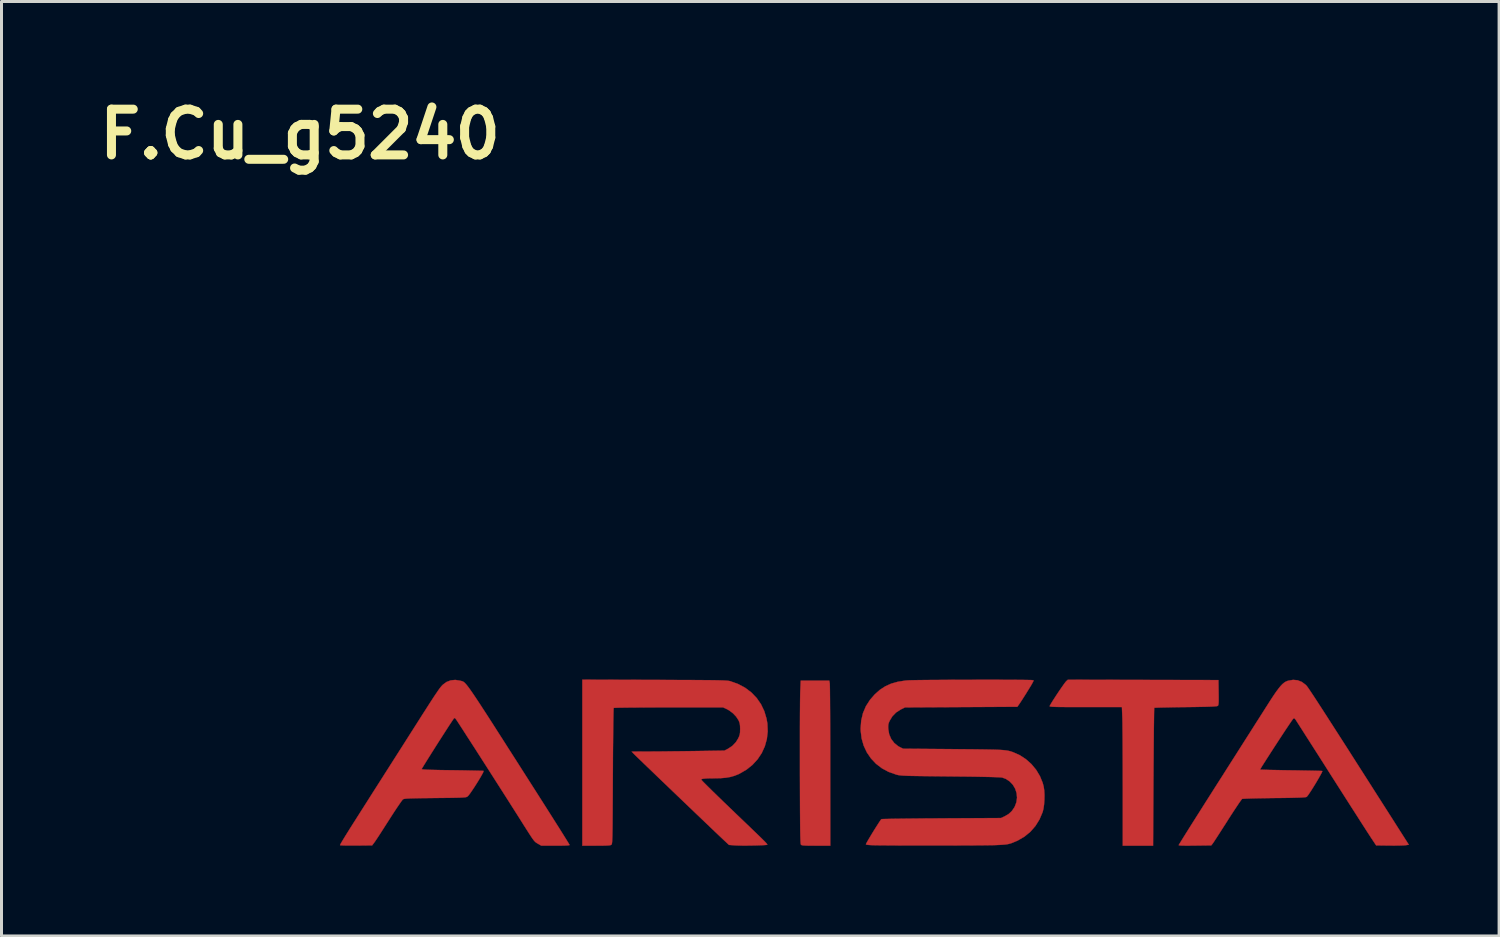
<source format=kicad_pcb>
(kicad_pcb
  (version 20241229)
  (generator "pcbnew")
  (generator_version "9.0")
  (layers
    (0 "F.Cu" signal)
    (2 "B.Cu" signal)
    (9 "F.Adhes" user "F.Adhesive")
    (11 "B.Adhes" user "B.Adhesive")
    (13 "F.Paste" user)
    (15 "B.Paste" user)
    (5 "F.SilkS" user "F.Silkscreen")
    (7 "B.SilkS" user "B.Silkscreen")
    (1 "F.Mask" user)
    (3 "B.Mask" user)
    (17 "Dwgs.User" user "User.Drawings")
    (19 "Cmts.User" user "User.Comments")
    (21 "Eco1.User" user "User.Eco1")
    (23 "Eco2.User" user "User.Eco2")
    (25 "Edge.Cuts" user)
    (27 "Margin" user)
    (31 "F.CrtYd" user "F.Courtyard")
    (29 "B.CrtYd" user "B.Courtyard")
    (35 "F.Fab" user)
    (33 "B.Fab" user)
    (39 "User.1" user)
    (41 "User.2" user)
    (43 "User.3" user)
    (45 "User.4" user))
  (footprint "F.Cu_g5240"
    (layer "F.Cu")
    (at 6.938 1.418)
    (property "Reference" "F.Cu_g5240" (at 0 0 0) (layer "F.SilkS") (effects (font (size 1.524 1.524) (thickness 0.3))))
    (attr through_hole)
    (fp_poly (pts (xy 17.636 18.288) (xy 17.637 18.321) (xy 17.639 18.393) (xy 17.641 18.503) (xy 17.642 18.647) (xy 17.644 18.823) (xy 17.645 19.027) (xy 17.647 19.258) (xy 17.648 19.513) (xy 17.649 19.789) (xy 17.65 20.084) (xy 17.651 20.394) (xy 17.651 20.717) (xy 17.651 21.034) (xy 17.653 23.686) (xy 17.179 23.686) (xy 17.024 23.685) (xy 16.905 23.684) (xy 16.817 23.681) (xy 16.756 23.677) (xy 16.716 23.671) (xy 16.692 23.663) (xy 16.677 23.651) (xy 16.677 23.651) (xy 16.672 23.639) (xy 16.668 23.616) (xy 16.664 23.577) (xy 16.661 23.523) (xy 16.658 23.449) (xy 16.655 23.355) (xy 16.653 23.237) (xy 16.651 23.094) (xy 16.649 22.923) (xy 16.648 22.723) (xy 16.646 22.49) (xy 16.645 22.224) (xy 16.644 21.922) (xy 16.643 21.581) (xy 16.642 21.275) (xy 16.642 20.955) (xy 16.642 20.641) (xy 16.642 20.337) (xy 16.642 20.045) (xy 16.642 19.769) (xy 16.643 19.513) (xy 16.644 19.279) (xy 16.646 19.071) (xy 16.647 18.892) (xy 16.649 18.746) (xy 16.651 18.635) (xy 16.653 18.563) (xy 16.653 18.563) (xy 16.669 18.193) (xy 17.621 18.193) (xy 17.636 18.288)) (stroke (width 0.01) (type solid)) (fill yes) (layer "F.Cu"))
    (fp_poly (pts (xy 30.575 18.172) (xy 30.581 18.587) (xy 30.583 18.732) (xy 30.583 18.84) (xy 30.581 18.918) (xy 30.576 18.97) (xy 30.57 19.003) (xy 30.56 19.023) (xy 30.552 19.03) (xy 30.536 19.037) (xy 30.503 19.043) (xy 30.45 19.048) (xy 30.375 19.053) (xy 30.273 19.057) (xy 30.142 19.061) (xy 29.978 19.064) (xy 29.78 19.068) (xy 29.542 19.071) (xy 29.483 19.072) (xy 29.278 19.074) (xy 29.086 19.077) (xy 28.911 19.081) (xy 28.757 19.084) (xy 28.629 19.087) (xy 28.53 19.09) (xy 28.465 19.093) (xy 28.438 19.096) (xy 28.437 19.096) (xy 28.436 19.118) (xy 28.434 19.18) (xy 28.432 19.279) (xy 28.43 19.411) (xy 28.428 19.576) (xy 28.425 19.768) (xy 28.423 19.987) (xy 28.421 20.229) (xy 28.419 20.491) (xy 28.417 20.771) (xy 28.414 21.066) (xy 28.413 21.373) (xy 28.412 21.396) (xy 28.399 23.686) (xy 27.39 23.686) (xy 27.39 21.743) (xy 27.389 21.451) (xy 27.389 21.163) (xy 27.388 20.885) (xy 27.387 20.619) (xy 27.386 20.37) (xy 27.385 20.141) (xy 27.383 19.936) (xy 27.381 19.759) (xy 27.38 19.613) (xy 27.378 19.502) (xy 27.376 19.436) (xy 27.362 19.071) (xy 26.159 19.071) (xy 25.897 19.071) (xy 25.676 19.071) (xy 25.49 19.07) (xy 25.338 19.068) (xy 25.216 19.067) (xy 25.122 19.064) (xy 25.052 19.061) (xy 25.003 19.057) (xy 24.973 19.052) (xy 24.958 19.047) (xy 24.956 19.042) (xy 24.967 19.015) (xy 24.999 18.96) (xy 25.046 18.882) (xy 25.106 18.789) (xy 25.173 18.685) (xy 25.244 18.578) (xy 25.315 18.474) (xy 25.381 18.379) (xy 25.438 18.298) (xy 25.483 18.239) (xy 25.509 18.209) (xy 25.562 18.161) (xy 30.575 18.172)) (stroke (width 0.01) (type solid)) (fill yes) (layer "F.Cu"))
    (fp_poly (pts (xy 11.795 18.166) (xy 12.166 18.167) (xy 12.498 18.169) (xy 12.791 18.17) (xy 13.05 18.171) (xy 13.276 18.172) (xy 13.472 18.174) (xy 13.64 18.175) (xy 13.783 18.177) (xy 13.903 18.179) (xy 14.002 18.182) (xy 14.083 18.184) (xy 14.149 18.188) (xy 14.201 18.191) (xy 14.242 18.195) (xy 14.276 18.2) (xy 14.303 18.205) (xy 14.326 18.211) (xy 14.33 18.212) (xy 14.588 18.305) (xy 14.821 18.43) (xy 15.026 18.585) (xy 15.201 18.767) (xy 15.345 18.975) (xy 15.456 19.206) (xy 15.531 19.458) (xy 15.559 19.622) (xy 15.57 19.883) (xy 15.541 20.136) (xy 15.474 20.376) (xy 15.371 20.602) (xy 15.233 20.809) (xy 15.062 20.995) (xy 14.861 21.156) (xy 14.63 21.289) (xy 14.602 21.303) (xy 14.467 21.357) (xy 14.329 21.397) (xy 14.178 21.423) (xy 14.005 21.438) (xy 13.804 21.442) (xy 13.639 21.443) (xy 13.514 21.448) (xy 13.427 21.456) (xy 13.375 21.467) (xy 13.356 21.482) (xy 13.356 21.484) (xy 13.372 21.505) (xy 13.417 21.554) (xy 13.493 21.631) (xy 13.598 21.735) (xy 13.731 21.867) (xy 13.893 22.024) (xy 14.082 22.208) (xy 14.299 22.416) (xy 14.542 22.65) (xy 14.711 22.812) (xy 14.896 22.989) (xy 15.052 23.139) (xy 15.182 23.264) (xy 15.289 23.367) (xy 15.373 23.449) (xy 15.439 23.514) (xy 15.487 23.563) (xy 15.521 23.599) (xy 15.542 23.624) (xy 15.553 23.64) (xy 15.556 23.65) (xy 15.554 23.654) (xy 15.528 23.66) (xy 15.466 23.665) (xy 15.377 23.67) (xy 15.266 23.674) (xy 15.14 23.678) (xy 15.007 23.68) (xy 14.874 23.682) (xy 14.747 23.682) (xy 14.633 23.681) (xy 14.54 23.678) (xy 14.491 23.676) (xy 14.281 23.66) (xy 14.131 23.52) (xy 14.083 23.475) (xy 14.009 23.405) (xy 13.912 23.313) (xy 13.794 23.201) (xy 13.658 23.071) (xy 13.506 22.926) (xy 13.342 22.769) (xy 13.167 22.602) (xy 12.985 22.428) (xy 12.798 22.249) (xy 12.609 22.068) (xy 12.42 21.887) (xy 12.235 21.709) (xy 12.054 21.536) (xy 11.882 21.371) (xy 11.722 21.216) (xy 11.574 21.075) (xy 11.443 20.949) (xy 11.331 20.84) (xy 11.24 20.753) (xy 11.173 20.688) (xy 11.133 20.649) (xy 11.124 20.64) (xy 11.04 20.553) (xy 11.611 20.551) (xy 11.759 20.55) (xy 11.941 20.549) (xy 12.149 20.547) (xy 12.375 20.544) (xy 12.61 20.542) (xy 12.847 20.539) (xy 13.078 20.536) (xy 13.155 20.535) (xy 14.129 20.52) (xy 14.232 20.468) (xy 14.388 20.367) (xy 14.51 20.24) (xy 14.585 20.119) (xy 14.619 20.046) (xy 14.639 19.983) (xy 14.649 19.916) (xy 14.651 19.826) (xy 14.652 19.802) (xy 14.649 19.703) (xy 14.641 19.63) (xy 14.623 19.567) (xy 14.596 19.507) (xy 14.52 19.39) (xy 14.414 19.278) (xy 14.29 19.184) (xy 14.207 19.138) (xy 14.086 19.082) (xy 12.273 19.082) (xy 12 19.082) (xy 11.738 19.083) (xy 11.492 19.083) (xy 11.264 19.085) (xy 11.058 19.086) (xy 10.876 19.088) (xy 10.722 19.09) (xy 10.598 19.092) (xy 10.508 19.095) (xy 10.456 19.097) (xy 10.442 19.099) (xy 10.44 19.123) (xy 10.437 19.185) (xy 10.435 19.285) (xy 10.432 19.418) (xy 10.429 19.583) (xy 10.427 19.776) (xy 10.424 19.995) (xy 10.422 20.237) (xy 10.419 20.499) (xy 10.417 20.778) (xy 10.416 21.072) (xy 10.414 21.371) (xy 10.412 21.729) (xy 10.411 22.047) (xy 10.409 22.327) (xy 10.408 22.572) (xy 10.406 22.785) (xy 10.405 22.967) (xy 10.403 23.121) (xy 10.401 23.249) (xy 10.399 23.355) (xy 10.396 23.44) (xy 10.393 23.506) (xy 10.39 23.556) (xy 10.386 23.593) (xy 10.382 23.619) (xy 10.377 23.636) (xy 10.372 23.646) (xy 10.365 23.653) (xy 10.362 23.655) (xy 10.34 23.666) (xy 10.3 23.674) (xy 10.238 23.679) (xy 10.15 23.683) (xy 10.03 23.685) (xy 9.873 23.685) (xy 9.86 23.686) (xy 9.398 23.686) (xy 9.398 18.159) (xy 11.795 18.166)) (stroke (width 0.01) (type solid)) (fill yes) (layer "F.Cu"))
    (fp_poly (pts (xy 33.211 18.179) (xy 33.351 18.234) (xy 33.479 18.33) (xy 33.505 18.356) (xy 33.52 18.375) (xy 33.545 18.408) (xy 33.58 18.459) (xy 33.626 18.526) (xy 33.683 18.612) (xy 33.753 18.717) (xy 33.835 18.843) (xy 33.931 18.991) (xy 34.041 19.161) (xy 34.167 19.355) (xy 34.307 19.574) (xy 34.464 19.818) (xy 34.638 20.089) (xy 34.83 20.388) (xy 35.039 20.716) (xy 35.268 21.075) (xy 35.517 21.464) (xy 35.785 21.885) (xy 36.075 22.339) (xy 36.387 22.828) (xy 36.535 23.061) (xy 36.913 23.654) (xy 36.804 23.67) (xy 36.749 23.675) (xy 36.66 23.678) (xy 36.546 23.681) (xy 36.416 23.682) (xy 36.276 23.681) (xy 36.26 23.681) (xy 35.825 23.675) (xy 35.649 23.41) (xy 35.613 23.355) (xy 35.556 23.267) (xy 35.479 23.148) (xy 35.386 23.003) (xy 35.277 22.833) (xy 35.155 22.642) (xy 35.021 22.433) (xy 34.877 22.208) (xy 34.725 21.97) (xy 34.567 21.722) (xy 34.405 21.468) (xy 34.328 21.347) (xy 34.168 21.095) (xy 34.014 20.853) (xy 33.867 20.622) (xy 33.729 20.406) (xy 33.601 20.206) (xy 33.486 20.026) (xy 33.385 19.867) (xy 33.299 19.733) (xy 33.23 19.625) (xy 33.18 19.547) (xy 33.15 19.5) (xy 33.142 19.488) (xy 33.11 19.45) (xy 33.086 19.444) (xy 33.067 19.457) (xy 33.048 19.48) (xy 33.009 19.534) (xy 32.954 19.615) (xy 32.884 19.719) (xy 32.803 19.84) (xy 32.714 19.975) (xy 32.619 20.12) (xy 32.521 20.27) (xy 32.423 20.421) (xy 32.327 20.569) (xy 32.237 20.709) (xy 32.155 20.837) (xy 32.084 20.949) (xy 32.026 21.04) (xy 31.986 21.107) (xy 31.964 21.145) (xy 31.962 21.152) (xy 31.982 21.154) (xy 32.041 21.156) (xy 32.134 21.159) (xy 32.257 21.163) (xy 32.406 21.166) (xy 32.578 21.169) (xy 32.767 21.173) (xy 32.97 21.176) (xy 32.994 21.176) (xy 33.198 21.179) (xy 33.39 21.183) (xy 33.564 21.186) (xy 33.717 21.189) (xy 33.845 21.192) (xy 33.942 21.195) (xy 34.006 21.197) (xy 34.033 21.199) (xy 34.033 21.199) (xy 34.028 21.222) (xy 34.004 21.273) (xy 33.963 21.348) (xy 33.911 21.441) (xy 33.851 21.544) (xy 33.786 21.652) (xy 33.72 21.759) (xy 33.657 21.858) (xy 33.6 21.944) (xy 33.554 22.011) (xy 33.521 22.051) (xy 33.514 22.058) (xy 33.499 22.065) (xy 33.469 22.071) (xy 33.42 22.076) (xy 33.35 22.081) (xy 33.255 22.085) (xy 33.132 22.088) (xy 32.978 22.092) (xy 32.79 22.095) (xy 32.565 22.098) (xy 32.44 22.099) (xy 32.233 22.102) (xy 32.039 22.105) (xy 31.861 22.108) (xy 31.703 22.112) (xy 31.571 22.116) (xy 31.467 22.12) (xy 31.397 22.124) (xy 31.365 22.127) (xy 31.364 22.128) (xy 31.345 22.149) (xy 31.306 22.202) (xy 31.249 22.283) (xy 31.179 22.388) (xy 31.096 22.513) (xy 31.004 22.654) (xy 30.905 22.808) (xy 30.877 22.853) (xy 30.776 23.011) (xy 30.681 23.159) (xy 30.594 23.294) (xy 30.519 23.411) (xy 30.457 23.506) (xy 30.411 23.575) (xy 30.385 23.613) (xy 30.381 23.618) (xy 30.336 23.675) (xy 29.794 23.682) (xy 29.609 23.684) (xy 29.464 23.684) (xy 29.358 23.682) (xy 29.289 23.677) (xy 29.256 23.671) (xy 29.252 23.667) (xy 29.263 23.646) (xy 29.296 23.593) (xy 29.348 23.508) (xy 29.419 23.394) (xy 29.507 23.253) (xy 29.61 23.089) (xy 29.728 22.902) (xy 29.858 22.696) (xy 30 22.472) (xy 30.151 22.233) (xy 30.311 21.982) (xy 30.477 21.72) (xy 30.529 21.638) (xy 30.707 21.36) (xy 30.883 21.082) (xy 31.058 20.807) (xy 31.228 20.54) (xy 31.391 20.284) (xy 31.546 20.04) (xy 31.69 19.814) (xy 31.821 19.607) (xy 31.938 19.424) (xy 32.038 19.267) (xy 32.119 19.139) (xy 32.175 19.051) (xy 32.3 18.855) (xy 32.407 18.692) (xy 32.498 18.559) (xy 32.577 18.453) (xy 32.645 18.37) (xy 32.705 18.306) (xy 32.762 18.259) (xy 32.816 18.225) (xy 32.872 18.202) (xy 32.902 18.192) (xy 33.062 18.165) (xy 33.211 18.179)) (stroke (width 0.01) (type solid)) (fill yes) (layer "F.Cu"))
    (fp_poly (pts (xy 23.031 18.162) (xy 23.27 18.162) (xy 23.495 18.163) (xy 23.703 18.163) (xy 23.889 18.165) (xy 24.051 18.166) (xy 24.184 18.168) (xy 24.286 18.17) (xy 24.352 18.172) (xy 24.378 18.174) (xy 24.425 18.187) (xy 24.383 18.268) (xy 24.357 18.315) (xy 24.313 18.389) (xy 24.255 18.483) (xy 24.19 18.589) (xy 24.122 18.697) (xy 24.055 18.802) (xy 23.996 18.893) (xy 23.949 18.964) (xy 23.925 18.998) (xy 23.879 19.061) (xy 20.139 19.082) (xy 19.999 19.151) (xy 19.846 19.249) (xy 19.721 19.376) (xy 19.628 19.529) (xy 19.628 19.53) (xy 19.599 19.599) (xy 19.584 19.659) (xy 19.58 19.729) (xy 19.584 19.809) (xy 19.614 19.98) (xy 19.681 20.134) (xy 19.781 20.266) (xy 19.911 20.372) (xy 19.977 20.408) (xy 20.077 20.457) (xy 21.749 20.471) (xy 22.061 20.474) (xy 22.333 20.476) (xy 22.57 20.479) (xy 22.773 20.482) (xy 22.947 20.485) (xy 23.093 20.488) (xy 23.216 20.492) (xy 23.319 20.497) (xy 23.404 20.503) (xy 23.474 20.51) (xy 23.534 20.518) (xy 23.585 20.528) (xy 23.631 20.539) (xy 23.675 20.552) (xy 23.72 20.567) (xy 23.737 20.573) (xy 23.96 20.672) (xy 24.165 20.806) (xy 24.349 20.97) (xy 24.506 21.159) (xy 24.632 21.369) (xy 24.724 21.594) (xy 24.758 21.724) (xy 24.776 21.85) (xy 24.784 21.998) (xy 24.781 22.157) (xy 24.77 22.314) (xy 24.75 22.454) (xy 24.723 22.564) (xy 24.618 22.811) (xy 24.481 23.031) (xy 24.313 23.223) (xy 24.115 23.385) (xy 23.888 23.517) (xy 23.704 23.594) (xy 23.643 23.614) (xy 23.585 23.629) (xy 23.522 23.641) (xy 23.444 23.65) (xy 23.343 23.657) (xy 23.213 23.663) (xy 23.146 23.666) (xy 23.067 23.668) (xy 22.951 23.67) (xy 22.8 23.672) (xy 22.62 23.674) (xy 22.414 23.675) (xy 22.186 23.676) (xy 21.941 23.677) (xy 21.683 23.678) (xy 21.415 23.679) (xy 21.143 23.679) (xy 20.871 23.679) (xy 20.601 23.679) (xy 20.339 23.679) (xy 20.089 23.678) (xy 19.855 23.677) (xy 19.641 23.676) (xy 19.452 23.674) (xy 19.291 23.673) (xy 19.162 23.671) (xy 19.108 23.67) (xy 18.981 23.665) (xy 18.894 23.658) (xy 18.848 23.648) (xy 18.838 23.639) (xy 18.849 23.614) (xy 18.879 23.559) (xy 18.923 23.482) (xy 18.979 23.388) (xy 19.042 23.284) (xy 19.108 23.176) (xy 19.174 23.071) (xy 19.235 22.975) (xy 19.287 22.895) (xy 19.327 22.836) (xy 19.35 22.805) (xy 19.353 22.802) (xy 19.377 22.8) (xy 19.441 22.797) (xy 19.541 22.795) (xy 19.675 22.792) (xy 19.839 22.789) (xy 20.03 22.787) (xy 20.246 22.784) (xy 20.483 22.782) (xy 20.739 22.779) (xy 21.01 22.777) (xy 21.294 22.776) (xy 21.357 22.775) (xy 23.336 22.765) (xy 23.454 22.71) (xy 23.59 22.631) (xy 23.695 22.535) (xy 23.78 22.411) (xy 23.791 22.392) (xy 23.849 22.241) (xy 23.87 22.085) (xy 23.855 21.932) (xy 23.808 21.787) (xy 23.73 21.656) (xy 23.624 21.545) (xy 23.493 21.46) (xy 23.379 21.418) (xy 23.339 21.413) (xy 23.257 21.408) (xy 23.135 21.403) (xy 22.972 21.398) (xy 22.769 21.394) (xy 22.528 21.389) (xy 22.248 21.385) (xy 21.931 21.382) (xy 21.654 21.379) (xy 21.351 21.376) (xy 21.087 21.373) (xy 20.859 21.37) (xy 20.665 21.368) (xy 20.501 21.365) (xy 20.363 21.363) (xy 20.25 21.36) (xy 20.157 21.356) (xy 20.082 21.353) (xy 20.022 21.348) (xy 19.974 21.343) (xy 19.934 21.338) (xy 19.899 21.331) (xy 19.867 21.323) (xy 19.845 21.317) (xy 19.597 21.23) (xy 19.374 21.11) (xy 19.176 20.959) (xy 19.008 20.781) (xy 18.87 20.579) (xy 18.765 20.355) (xy 18.696 20.114) (xy 18.665 19.857) (xy 18.663 19.78) (xy 18.683 19.518) (xy 18.741 19.273) (xy 18.839 19.042) (xy 18.977 18.828) (xy 19.135 18.647) (xy 19.304 18.497) (xy 19.485 18.379) (xy 19.683 18.29) (xy 19.904 18.228) (xy 20.154 18.189) (xy 20.235 18.182) (xy 20.292 18.179) (xy 20.385 18.177) (xy 20.511 18.174) (xy 20.666 18.172) (xy 20.847 18.17) (xy 21.049 18.168) (xy 21.271 18.167) (xy 21.506 18.165) (xy 21.753 18.164) (xy 22.008 18.163) (xy 22.267 18.163) (xy 22.526 18.162) (xy 22.782 18.162) (xy 23.031 18.162)) (stroke (width 0.01) (type solid)) (fill yes) (layer "F.Cu"))
    (fp_poly (pts (xy 5.326 18.192) (xy 5.349 18.198) (xy 5.371 18.203) (xy 5.39 18.208) (xy 5.409 18.214) (xy 5.429 18.223) (xy 5.45 18.236) (xy 5.474 18.255) (xy 5.5 18.281) (xy 5.532 18.316) (xy 5.568 18.36) (xy 5.611 18.416) (xy 5.661 18.485) (xy 5.719 18.568) (xy 5.786 18.666) (xy 5.864 18.782) (xy 5.953 18.916) (xy 6.053 19.07) (xy 6.167 19.245) (xy 6.295 19.443) (xy 6.438 19.665) (xy 6.596 19.913) (xy 6.772 20.188) (xy 6.965 20.491) (xy 7.178 20.823) (xy 7.41 21.187) (xy 7.663 21.584) (xy 7.938 22.015) (xy 7.973 22.07) (xy 8.122 22.304) (xy 8.264 22.528) (xy 8.398 22.739) (xy 8.522 22.935) (xy 8.635 23.113) (xy 8.734 23.271) (xy 8.818 23.406) (xy 8.886 23.515) (xy 8.936 23.596) (xy 8.966 23.646) (xy 8.975 23.663) (xy 8.956 23.671) (xy 8.898 23.678) (xy 8.8 23.682) (xy 8.662 23.685) (xy 8.504 23.685) (xy 8.033 23.685) (xy 7.924 23.622) (xy 7.89 23.603) (xy 7.861 23.584) (xy 7.833 23.562) (xy 7.805 23.534) (xy 7.772 23.494) (xy 7.733 23.441) (xy 7.684 23.368) (xy 7.623 23.274) (xy 7.546 23.154) (xy 7.451 23.004) (xy 7.387 22.902) (xy 7.288 22.745) (xy 7.176 22.569) (xy 7.054 22.377) (xy 6.924 22.172) (xy 6.787 21.957) (xy 6.645 21.735) (xy 6.5 21.508) (xy 6.354 21.279) (xy 6.209 21.052) (xy 6.066 20.829) (xy 5.928 20.614) (xy 5.796 20.408) (xy 5.672 20.216) (xy 5.558 20.04) (xy 5.457 19.882) (xy 5.369 19.746) (xy 5.296 19.634) (xy 5.242 19.55) (xy 5.206 19.497) (xy 5.193 19.478) (xy 5.161 19.441) (xy 5.141 19.434) (xy 5.119 19.456) (xy 5.113 19.463) (xy 5.087 19.5) (xy 5.042 19.567) (xy 4.981 19.659) (xy 4.908 19.772) (xy 4.824 19.902) (xy 4.733 20.044) (xy 4.637 20.193) (xy 4.54 20.345) (xy 4.445 20.496) (xy 4.353 20.641) (xy 4.269 20.775) (xy 4.194 20.895) (xy 4.132 20.995) (xy 4.086 21.071) (xy 4.058 21.118) (xy 4.052 21.131) (xy 4.055 21.138) (xy 4.074 21.144) (xy 4.11 21.149) (xy 4.168 21.153) (xy 4.249 21.157) (xy 4.358 21.161) (xy 4.498 21.164) (xy 4.671 21.168) (xy 4.881 21.171) (xy 5.072 21.173) (xy 5.276 21.176) (xy 5.468 21.179) (xy 5.642 21.183) (xy 5.795 21.186) (xy 5.923 21.189) (xy 6.02 21.191) (xy 6.085 21.194) (xy 6.111 21.196) (xy 6.111 21.196) (xy 6.107 21.22) (xy 6.083 21.272) (xy 6.042 21.347) (xy 5.989 21.439) (xy 5.927 21.541) (xy 5.86 21.648) (xy 5.792 21.754) (xy 5.727 21.851) (xy 5.669 21.935) (xy 5.62 22) (xy 5.586 22.038) (xy 5.581 22.043) (xy 5.566 22.053) (xy 5.549 22.062) (xy 5.526 22.069) (xy 5.493 22.075) (xy 5.446 22.079) (xy 5.382 22.083) (xy 5.297 22.087) (xy 5.188 22.089) (xy 5.05 22.092) (xy 4.879 22.094) (xy 4.673 22.096) (xy 4.501 22.098) (xy 4.263 22.101) (xy 4.064 22.103) (xy 3.9 22.106) (xy 3.768 22.109) (xy 3.663 22.112) (xy 3.583 22.116) (xy 3.524 22.12) (xy 3.481 22.126) (xy 3.452 22.132) (xy 3.433 22.14) (xy 3.428 22.143) (xy 3.405 22.168) (xy 3.362 22.225) (xy 3.303 22.31) (xy 3.23 22.417) (xy 3.146 22.543) (xy 3.055 22.684) (xy 2.963 22.827) (xy 2.865 22.98) (xy 2.771 23.127) (xy 2.685 23.261) (xy 2.609 23.378) (xy 2.546 23.473) (xy 2.5 23.541) (xy 2.476 23.575) (xy 2.401 23.675) (xy 1.867 23.681) (xy 1.722 23.681) (xy 1.592 23.681) (xy 1.482 23.679) (xy 1.399 23.676) (xy 1.348 23.672) (xy 1.333 23.668) (xy 1.337 23.655) (xy 1.349 23.63) (xy 1.371 23.591) (xy 1.403 23.536) (xy 1.447 23.463) (xy 1.504 23.37) (xy 1.575 23.256) (xy 1.661 23.118) (xy 1.764 22.955) (xy 1.884 22.766) (xy 2.023 22.547) (xy 2.182 22.297) (xy 2.361 22.015) (xy 2.483 21.823) (xy 2.642 21.574) (xy 2.806 21.316) (xy 2.973 21.054) (xy 3.139 20.793) (xy 3.301 20.539) (xy 3.456 20.296) (xy 3.6 20.069) (xy 3.73 19.865) (xy 3.843 19.687) (xy 3.912 19.579) (xy 4.061 19.344) (xy 4.19 19.143) (xy 4.3 18.971) (xy 4.393 18.827) (xy 4.471 18.707) (xy 4.537 18.61) (xy 4.591 18.531) (xy 4.635 18.468) (xy 4.673 18.418) (xy 4.705 18.379) (xy 4.733 18.348) (xy 4.755 18.326) (xy 4.879 18.235) (xy 5.019 18.182) (xy 5.17 18.167) (xy 5.326 18.192)) (stroke (width 0.01) (type solid)) (fill yes) (layer "F.Cu")))
  (gr_rect
    (start -3 -3)
    (end 46.856 28.109)
    (stroke (width 0.1) (type default))
    (fill no)
    (layer "Edge.Cuts")))
</source>
